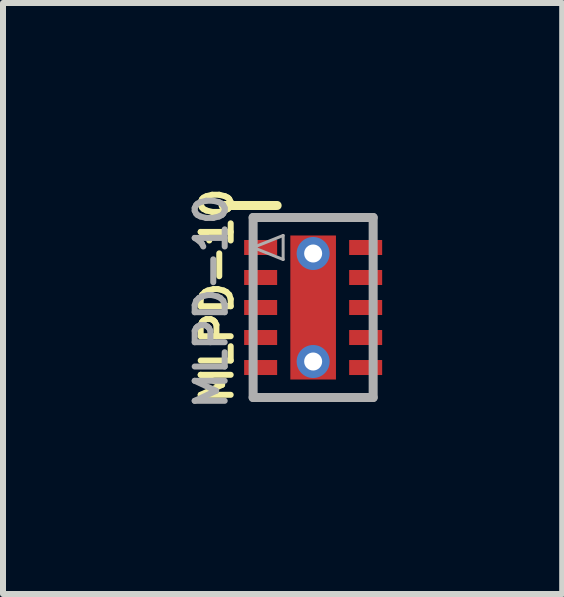
<source format=kicad_pcb>
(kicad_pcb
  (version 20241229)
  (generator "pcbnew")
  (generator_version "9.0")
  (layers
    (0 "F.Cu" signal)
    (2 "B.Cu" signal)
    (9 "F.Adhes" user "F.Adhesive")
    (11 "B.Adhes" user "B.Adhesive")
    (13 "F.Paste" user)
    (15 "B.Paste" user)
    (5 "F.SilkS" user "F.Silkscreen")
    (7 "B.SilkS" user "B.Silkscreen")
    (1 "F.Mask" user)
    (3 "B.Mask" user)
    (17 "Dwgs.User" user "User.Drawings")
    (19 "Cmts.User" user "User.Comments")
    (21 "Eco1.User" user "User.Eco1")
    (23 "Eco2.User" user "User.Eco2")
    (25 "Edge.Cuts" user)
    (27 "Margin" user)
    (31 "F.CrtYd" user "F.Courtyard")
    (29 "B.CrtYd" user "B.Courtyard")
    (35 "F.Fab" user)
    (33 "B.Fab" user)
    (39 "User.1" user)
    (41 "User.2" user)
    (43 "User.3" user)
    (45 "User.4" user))
  (footprint "MLPD-10"
    (layer "F.Cu")
    (at 2.168 2.074)
    (property "Reference" "MLPD-10" (at -1.6 -0.2 270) (layer "F.SilkS") (effects (font (size 0.5 0.5) (thickness 0.1))))
    (attr smd)
    (fp_line (start -0.6 -1.7) (end -1.5 -1.7) (stroke (width 0.15) (type solid)) (layer "F.SilkS"))
    (fp_line (start -1 -1.5) (end 1 -1.5) (stroke (width 0.15) (type solid)) (layer "F.Fab"))
    (fp_line (start -1 -1) (end -0.5 -1.2) (stroke (width 0.05) (type solid)) (layer "F.Fab"))
    (fp_line (start -1 1.5) (end -1 -1.5) (stroke (width 0.15) (type solid)) (layer "F.Fab"))
    (fp_line (start -0.5 -1.2) (end -0.5 -0.8) (stroke (width 0.05) (type solid)) (layer "F.Fab"))
    (fp_line (start -0.5 -0.8) (end -1 -1) (stroke (width 0.05) (type solid)) (layer "F.Fab"))
    (fp_line (start 1 -1.5) (end 1 1.5) (stroke (width 0.15) (type solid)) (layer "F.Fab"))
    (fp_line (start 1 1.5) (end -1 1.5) (stroke (width 0.15) (type solid)) (layer "F.Fab"))
    (fp_text user "${REFERENCE}" (at -1.7 -0.1 90) (layer "F.Fab") (effects (font (size 0.5 0.5) (thickness 0.1))))
    (pad "1" smd rect (at -0.875 -1) (size 0.55 0.25) (layers "F.Cu" "F.Mask" "F.Paste"))
    (pad "2" smd rect (at -0.875 -0.5) (size 0.55 0.25) (layers "F.Cu" "F.Mask" "F.Paste"))
    (pad "3" smd rect (at -0.875 0) (size 0.55 0.25) (layers "F.Cu" "F.Mask" "F.Paste"))
    (pad "4" smd rect (at -0.875 0.5) (size 0.55 0.25) (layers "F.Cu" "F.Mask" "F.Paste"))
    (pad "5" smd rect (at -0.875 1) (size 0.55 0.25) (layers "F.Cu" "F.Mask" "F.Paste"))
    (pad "6" smd rect (at 0.875 1) (size 0.55 0.25) (layers "F.Cu" "F.Mask" "F.Paste"))
    (pad "7" smd rect (at 0.875 0.5) (size 0.55 0.25) (layers "F.Cu" "F.Mask" "F.Paste"))
    (pad "8" smd rect (at 0.875 0) (size 0.55 0.25) (layers "F.Cu" "F.Mask" "F.Paste"))
    (pad "9" smd rect (at 0.875 -0.5) (size 0.55 0.25) (layers "F.Cu" "F.Mask" "F.Paste"))
    (pad "10" smd rect (at 0.875 -1) (size 0.55 0.25) (layers "F.Cu" "F.Mask" "F.Paste"))
    (pad "EP" thru_hole circle (at 0 -0.9) (size 0.55 0.55) (drill 0.3) (layers "*.Cu"))
    (pad "EP" smd rect (at 0 0) (size 0.76 2.4) (layers "F.Cu" "F.Mask" "F.Paste"))
    (pad "EP" thru_hole circle (at 0 0.9) (size 0.55 0.55) (drill 0.3) (layers "*.Cu")))
  (gr_rect
    (start -3 -3)
    (end 6.318 6.848)
    (stroke (width 0.1) (type default))
    (fill no)
    (layer "Edge.Cuts")))
</source>
